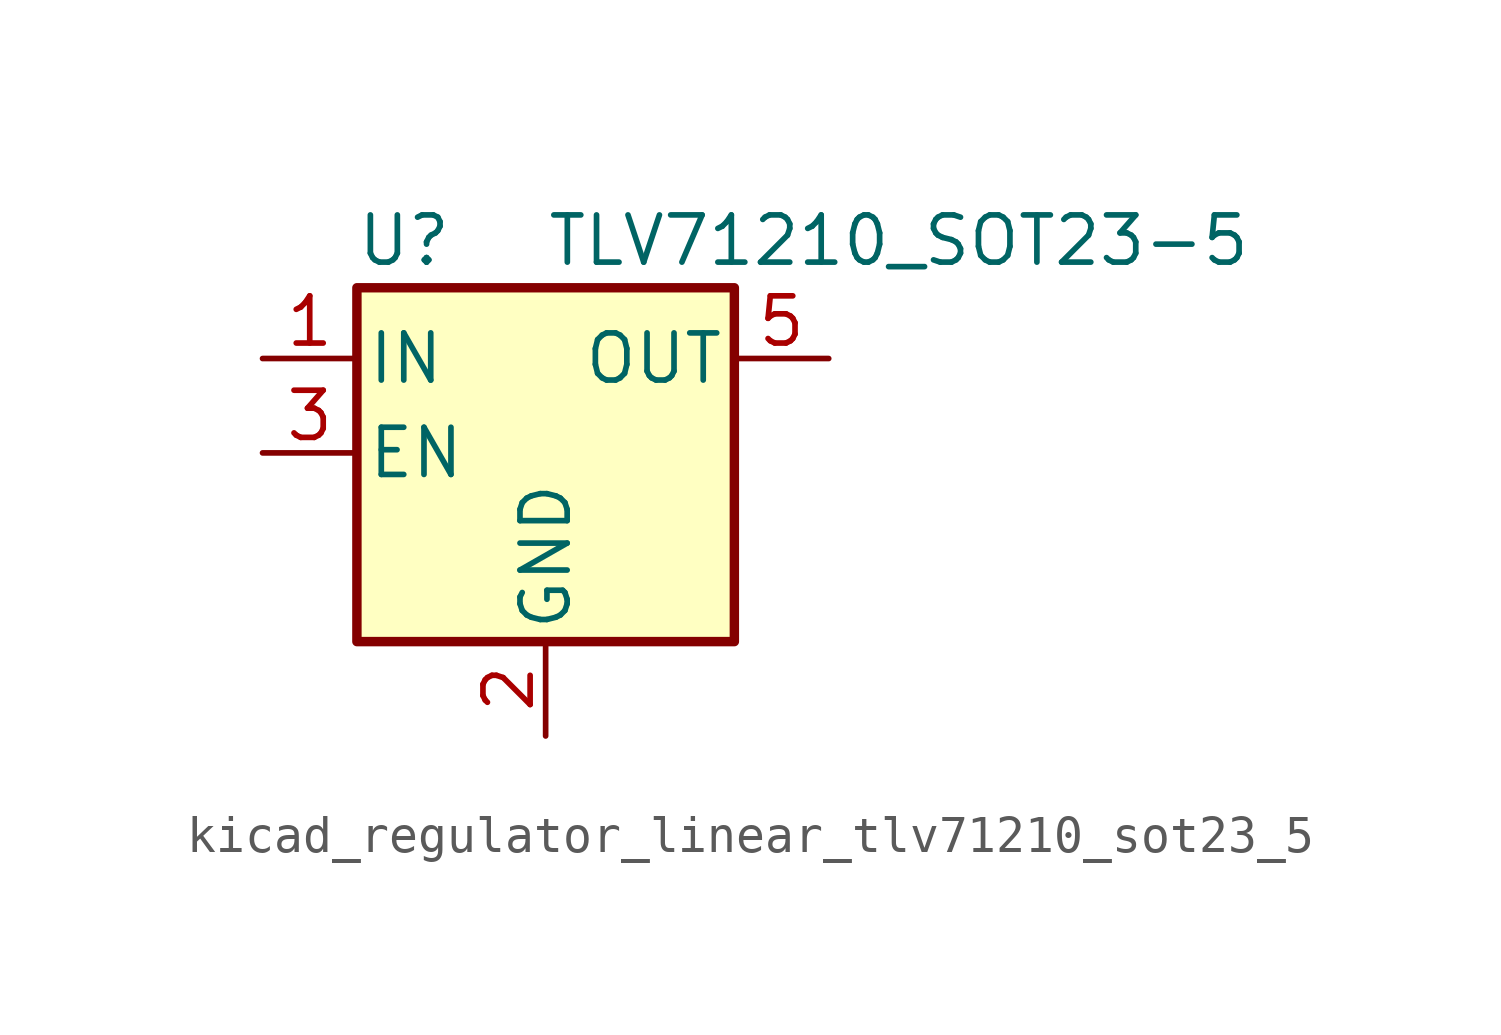
<source format=kicad_sym>
(kicad_symbol_lib
  (version 20220914)
  (generator kicad_symbol_editor)
  (symbol "kicad_regulator_linear_tlv71210_sot23_5"
    (pin_names
      (offset 0.254))
    (property "Reference" "U"
      (at -3.81 5.715 0)
      (effects (font (size 1.27 1.27))))
    (property "Value" "TLV71210_SOT23-5"
      (at 0 5.715 0)
      (effects (font (size 1.27 1.27)) (justify left)))
    (symbol "kicad_regulator_linear_tlv71210_sot23_5_0_1"
      (rectangle (start -5.08 4.445) (end 5.08 -5.08) (stroke (width 0.254) (type default)) (fill (type background))))
    (symbol "kicad_regulator_linear_tlv71210_sot23_5_1_1"
      (pin power_in line (at -7.62 2.54 0) (length 2.54) (name "IN" (effects (font (size 1.27 1.27)))) (number "1" (effects (font (size 1.27 1.27)))))
      (pin power_in line (at 0 -7.62 90) (length 2.54) (name "GND" (effects (font (size 1.27 1.27)))) (number "2" (effects (font (size 1.27 1.27)))))
      (pin input line (at -7.62 0 0) (length 2.54) (name "EN" (effects (font (size 1.27 1.27)))) (number "3" (effects (font (size 1.27 1.27)))))
      (pin no_connect line (at 5.08 0 180) (length 2.54) hide (name "NC" (effects (font (size 1.27 1.27)))) (number "4" (effects (font (size 1.27 1.27)))))
      (pin power_out line (at 7.62 2.54 180) (length 2.54) (name "OUT" (effects (font (size 1.27 1.27)))) (number "5" (effects (font (size 1.27 1.27))))))))
</source>
